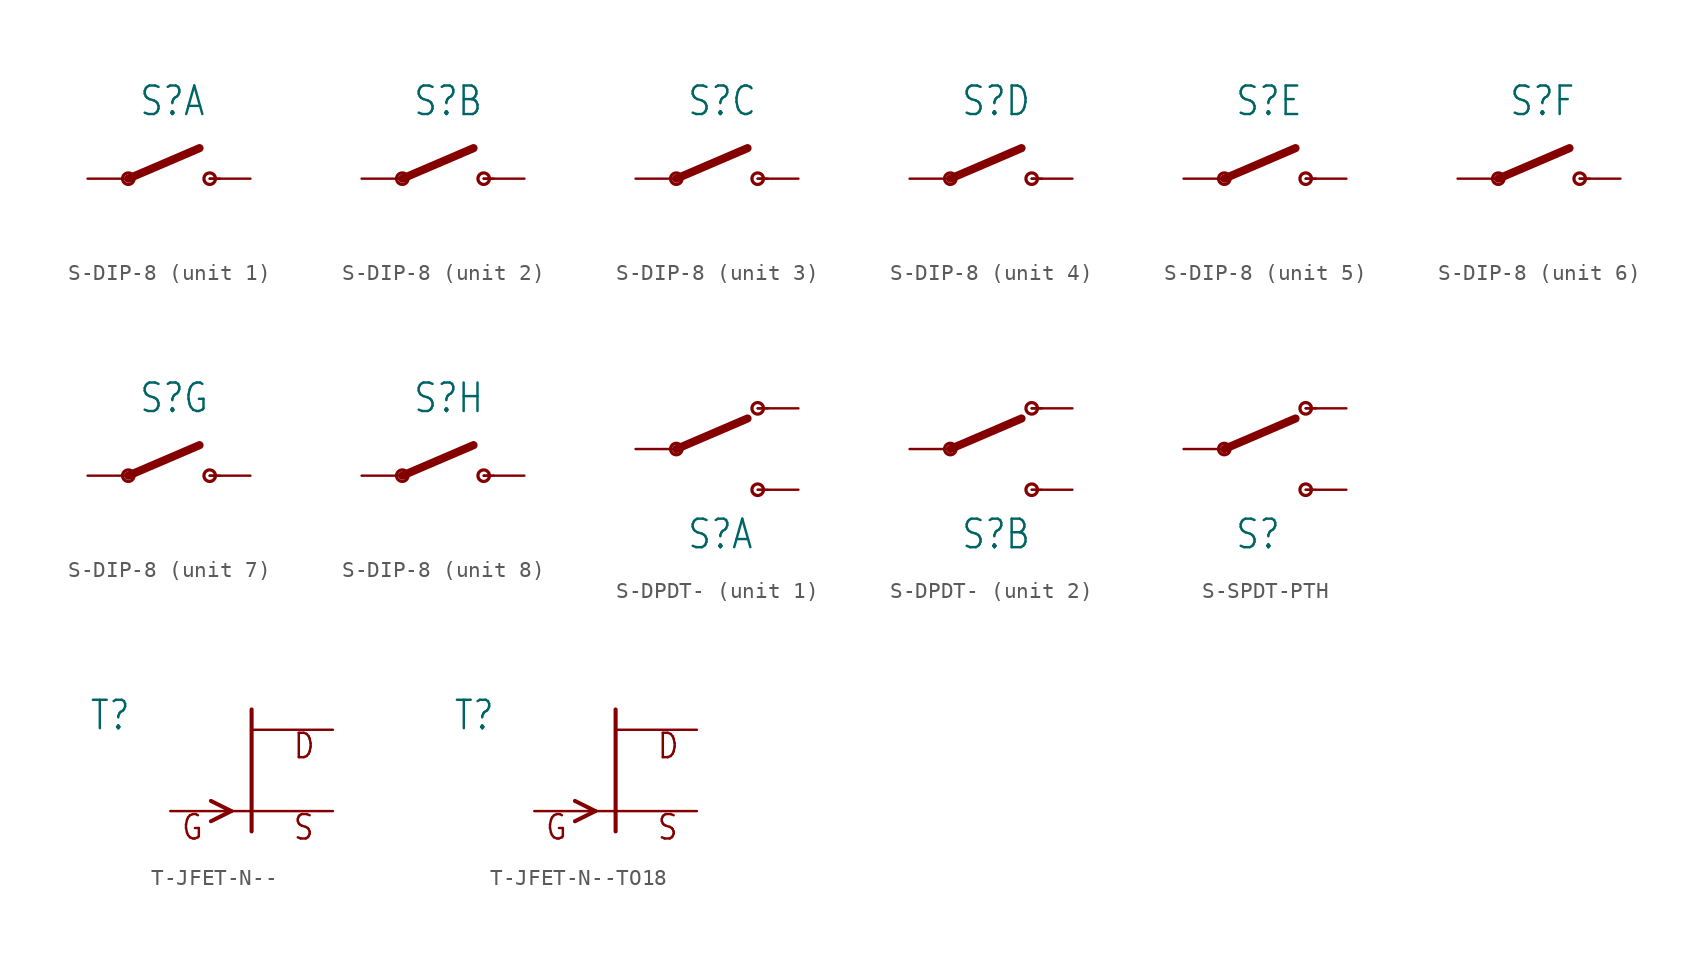
<source format=kicad_sym>
(kicad_symbol_lib
  (version 20231120)
  (generator "kicad_symbol_editor")
  (generator_version "8.0")
  (symbol "S-DIP-8"
    (property "Reference" "S"
      (at -1.905 3.81 0)
      (effects (font (size 1.778 1.511)) (justify left bottom)))
    (property "Value" ""
      (at -2.54 -3.81 0)
      (effects (font (size 1.778 1.511)) (justify left bottom)))
    (property "ki_locked" ""
      (at 0 0 0)
      (effects (font (size 1.27 1.27))))
    (symbol "S-DIP-8_1_0"
      (circle (center -2.54 0) (radius 0.359) (stroke (width 0.203) (type solid)) (fill (type none)))
      (polyline (pts (xy -2.54 0) (xy 1.905 1.905)) (stroke (width 0.508) (type solid)) (fill (type none)))
      (polyline (pts (xy 2.54 0) (xy 3.175 0)) (stroke (width 0.152) (type solid)) (fill (type none)))
      (circle (center 2.54 0) (radius 0.359) (stroke (width 0.203) (type solid)) (fill (type none)))
      (pin passive line (at 5.08 0 180) (length 2.54) (name "O" (effects (font (size 0 0)))) (number "1" (effects (font (size 0 0)))))
      (pin passive line (at -5.08 0 0) (length 2.54) (name "P" (effects (font (size 0 0)))) (number "16" (effects (font (size 0 0))))))
    (symbol "S-DIP-8_2_0"
      (circle (center -2.54 0) (radius 0.359) (stroke (width 0.203) (type solid)) (fill (type none)))
      (polyline (pts (xy -2.54 0) (xy 1.905 1.905)) (stroke (width 0.508) (type solid)) (fill (type none)))
      (polyline (pts (xy 2.54 0) (xy 3.175 0)) (stroke (width 0.152) (type solid)) (fill (type none)))
      (circle (center 2.54 0) (radius 0.359) (stroke (width 0.203) (type solid)) (fill (type none)))
      (pin passive line (at -5.08 0 0) (length 2.54) (name "P" (effects (font (size 0 0)))) (number "15" (effects (font (size 0 0)))))
      (pin passive line (at 5.08 0 180) (length 2.54) (name "O" (effects (font (size 0 0)))) (number "2" (effects (font (size 0 0))))))
    (symbol "S-DIP-8_3_0"
      (circle (center -2.54 0) (radius 0.359) (stroke (width 0.203) (type solid)) (fill (type none)))
      (polyline (pts (xy -2.54 0) (xy 1.905 1.905)) (stroke (width 0.508) (type solid)) (fill (type none)))
      (polyline (pts (xy 2.54 0) (xy 3.175 0)) (stroke (width 0.152) (type solid)) (fill (type none)))
      (circle (center 2.54 0) (radius 0.359) (stroke (width 0.203) (type solid)) (fill (type none)))
      (pin passive line (at -5.08 0 0) (length 2.54) (name "P" (effects (font (size 0 0)))) (number "14" (effects (font (size 0 0)))))
      (pin passive line (at 5.08 0 180) (length 2.54) (name "O" (effects (font (size 0 0)))) (number "3" (effects (font (size 0 0))))))
    (symbol "S-DIP-8_4_0"
      (circle (center -2.54 0) (radius 0.359) (stroke (width 0.203) (type solid)) (fill (type none)))
      (polyline (pts (xy -2.54 0) (xy 1.905 1.905)) (stroke (width 0.508) (type solid)) (fill (type none)))
      (polyline (pts (xy 2.54 0) (xy 3.175 0)) (stroke (width 0.152) (type solid)) (fill (type none)))
      (circle (center 2.54 0) (radius 0.359) (stroke (width 0.203) (type solid)) (fill (type none)))
      (pin passive line (at -5.08 0 0) (length 2.54) (name "P" (effects (font (size 0 0)))) (number "13" (effects (font (size 0 0)))))
      (pin passive line (at 5.08 0 180) (length 2.54) (name "O" (effects (font (size 0 0)))) (number "4" (effects (font (size 0 0))))))
    (symbol "S-DIP-8_5_0"
      (circle (center -2.54 0) (radius 0.359) (stroke (width 0.203) (type solid)) (fill (type none)))
      (polyline (pts (xy -2.54 0) (xy 1.905 1.905)) (stroke (width 0.508) (type solid)) (fill (type none)))
      (polyline (pts (xy 2.54 0) (xy 3.175 0)) (stroke (width 0.152) (type solid)) (fill (type none)))
      (circle (center 2.54 0) (radius 0.359) (stroke (width 0.203) (type solid)) (fill (type none)))
      (pin passive line (at -5.08 0 0) (length 2.54) (name "P" (effects (font (size 0 0)))) (number "12" (effects (font (size 0 0)))))
      (pin passive line (at 5.08 0 180) (length 2.54) (name "O" (effects (font (size 0 0)))) (number "5" (effects (font (size 0 0))))))
    (symbol "S-DIP-8_6_0"
      (circle (center -2.54 0) (radius 0.359) (stroke (width 0.203) (type solid)) (fill (type none)))
      (polyline (pts (xy -2.54 0) (xy 1.905 1.905)) (stroke (width 0.508) (type solid)) (fill (type none)))
      (polyline (pts (xy 2.54 0) (xy 3.175 0)) (stroke (width 0.152) (type solid)) (fill (type none)))
      (circle (center 2.54 0) (radius 0.359) (stroke (width 0.203) (type solid)) (fill (type none)))
      (pin passive line (at -5.08 0 0) (length 2.54) (name "P" (effects (font (size 0 0)))) (number "11" (effects (font (size 0 0)))))
      (pin passive line (at 5.08 0 180) (length 2.54) (name "O" (effects (font (size 0 0)))) (number "6" (effects (font (size 0 0))))))
    (symbol "S-DIP-8_7_0"
      (circle (center -2.54 0) (radius 0.359) (stroke (width 0.203) (type solid)) (fill (type none)))
      (polyline (pts (xy -2.54 0) (xy 1.905 1.905)) (stroke (width 0.508) (type solid)) (fill (type none)))
      (polyline (pts (xy 2.54 0) (xy 3.175 0)) (stroke (width 0.152) (type solid)) (fill (type none)))
      (circle (center 2.54 0) (radius 0.359) (stroke (width 0.203) (type solid)) (fill (type none)))
      (pin passive line (at -5.08 0 0) (length 2.54) (name "P" (effects (font (size 0 0)))) (number "10" (effects (font (size 0 0)))))
      (pin passive line (at 5.08 0 180) (length 2.54) (name "O" (effects (font (size 0 0)))) (number "7" (effects (font (size 0 0))))))
    (symbol "S-DIP-8_8_0"
      (circle (center -2.54 0) (radius 0.359) (stroke (width 0.203) (type solid)) (fill (type none)))
      (polyline (pts (xy -2.54 0) (xy 1.905 1.905)) (stroke (width 0.508) (type solid)) (fill (type none)))
      (polyline (pts (xy 2.54 0) (xy 3.175 0)) (stroke (width 0.152) (type solid)) (fill (type none)))
      (circle (center 2.54 0) (radius 0.359) (stroke (width 0.203) (type solid)) (fill (type none)))
      (pin passive line (at 5.08 0 180) (length 2.54) (name "O" (effects (font (size 0 0)))) (number "8" (effects (font (size 0 0)))))
      (pin passive line (at -5.08 0 0) (length 2.54) (name "P" (effects (font (size 0 0)))) (number "9" (effects (font (size 0 0)))))))
  (symbol "S-DPDT-"
    (property "Reference" "S"
      (at -1.905 -6.35 0)
      (effects (font (size 1.778 1.511)) (justify left bottom)))
    (property "Value" ""
      (at -2.54 3.81 0)
      (effects (font (size 1.778 1.511)) (justify left bottom)))
    (property "ki_locked" ""
      (at 0 0 0)
      (effects (font (size 1.27 1.27))))
    (symbol "S-DPDT-_1_0"
      (circle (center -2.54 0) (radius 0.359) (stroke (width 0.203) (type solid)) (fill (type none)))
      (polyline (pts (xy -2.54 0) (xy 1.905 1.905)) (stroke (width 0.508) (type solid)) (fill (type none)))
      (polyline (pts (xy 2.54 -2.54) (xy 3.175 -2.54)) (stroke (width 0.127) (type solid)) (fill (type none)))
      (polyline (pts (xy 2.54 2.54) (xy 3.175 2.54)) (stroke (width 0.152) (type solid)) (fill (type none)))
      (circle (center 2.54 -2.54) (radius 0.359) (stroke (width 0.203) (type solid)) (fill (type none)))
      (circle (center 2.54 2.54) (radius 0.359) (stroke (width 0.203) (type solid)) (fill (type none)))
      (pin passive line (at 5.08 2.54 180) (length 2.54) (name "O" (effects (font (size 0 0)))) (number "1" (effects (font (size 0 0)))))
      (pin passive line (at -5.08 0 0) (length 2.54) (name "P" (effects (font (size 0 0)))) (number "2" (effects (font (size 0 0)))))
      (pin passive line (at 5.08 -2.54 180) (length 2.54) (name "S" (effects (font (size 0 0)))) (number "3" (effects (font (size 0 0))))))
    (symbol "S-DPDT-_2_0"
      (circle (center -2.54 0) (radius 0.359) (stroke (width 0.203) (type solid)) (fill (type none)))
      (polyline (pts (xy -2.54 0) (xy 1.905 1.905)) (stroke (width 0.508) (type solid)) (fill (type none)))
      (polyline (pts (xy 2.54 -2.54) (xy 3.175 -2.54)) (stroke (width 0.127) (type solid)) (fill (type none)))
      (polyline (pts (xy 2.54 2.54) (xy 3.175 2.54)) (stroke (width 0.152) (type solid)) (fill (type none)))
      (circle (center 2.54 -2.54) (radius 0.359) (stroke (width 0.203) (type solid)) (fill (type none)))
      (circle (center 2.54 2.54) (radius 0.359) (stroke (width 0.203) (type solid)) (fill (type none)))
      (pin passive line (at 5.08 2.54 180) (length 2.54) (name "O" (effects (font (size 0 0)))) (number "4" (effects (font (size 0 0)))))
      (pin passive line (at -5.08 0 0) (length 2.54) (name "P" (effects (font (size 0 0)))) (number "5" (effects (font (size 0 0)))))
      (pin passive line (at 5.08 -2.54 180) (length 2.54) (name "S" (effects (font (size 0 0)))) (number "6" (effects (font (size 0 0)))))))
  (symbol "S-SPDT-PTH"
    (property "Reference" "S"
      (at -1.905 -6.35 0)
      (effects (font (size 1.778 1.511)) (justify left bottom)))
    (property "Value" ""
      (at -2.54 3.81 0)
      (effects (font (size 1.778 1.511)) (justify left bottom)))
    (property "ki_locked" ""
      (at 0 0 0)
      (effects (font (size 1.27 1.27))))
    (symbol "S-SPDT-PTH_1_0"
      (circle (center -2.54 0) (radius 0.359) (stroke (width 0.203) (type solid)) (fill (type none)))
      (polyline (pts (xy -2.54 0) (xy 1.905 1.905)) (stroke (width 0.508) (type solid)) (fill (type none)))
      (polyline (pts (xy 2.54 -2.54) (xy 3.175 -2.54)) (stroke (width 0.127) (type solid)) (fill (type none)))
      (polyline (pts (xy 2.54 2.54) (xy 3.175 2.54)) (stroke (width 0.152) (type solid)) (fill (type none)))
      (circle (center 2.54 -2.54) (radius 0.359) (stroke (width 0.203) (type solid)) (fill (type none)))
      (circle (center 2.54 2.54) (radius 0.359) (stroke (width 0.203) (type solid)) (fill (type none)))
      (pin passive line (at 5.08 2.54 180) (length 2.54) (name "O" (effects (font (size 0 0)))) (number "1" (effects (font (size 0 0)))))
      (pin passive line (at -5.08 0 0) (length 2.54) (name "P" (effects (font (size 0 0)))) (number "2" (effects (font (size 0 0)))))
      (pin passive line (at 5.08 -2.54 180) (length 2.54) (name "S" (effects (font (size 0 0)))) (number "3" (effects (font (size 0 0)))))))
  (symbol "T-JFET-N--"
    (property "Reference" "T"
      (at -10.16 2.413 0)
      (effects (font (size 1.778 1.511)) (justify left bottom)))
    (property "Value" ""
      (at -10.16 0 0)
      (effects (font (size 1.778 1.511)) (justify left bottom)))
    (property "ki_locked" ""
      (at 0 0 0)
      (effects (font (size 1.27 1.27))))
    (symbol "T-JFET-N--_1_0"
      (polyline (pts (xy -2.54 -1.905) (xy -1.27 -2.54)) (stroke (width 0.254) (type solid)) (fill (type none)))
      (polyline (pts (xy -1.27 -2.54) (xy -2.54 -3.175)) (stroke (width 0.254) (type solid)) (fill (type none)))
      (polyline (pts (xy 0 -3.81) (xy 0 3.81)) (stroke (width 0.254) (type solid)) (fill (type none)))
      (text "D" (at 2.54 0.635 0) (effects (font (size 1.524 1.295)) (justify left bottom)))
      (text "G" (at -4.445 -4.445 0) (effects (font (size 1.524 1.295)) (justify left bottom)))
      (text "S" (at 2.54 -4.445 0) (effects (font (size 1.524 1.295)) (justify left bottom)))
      (pin passive line (at 5.08 2.54 180) (length 5.08) (name "D" (effects (font (size 0 0)))) (number "1" (effects (font (size 0 0)))))
      (pin passive line (at 5.08 -2.54 180) (length 5.08) (name "S" (effects (font (size 0 0)))) (number "2" (effects (font (size 0 0)))))
      (pin passive line (at -5.08 -2.54 0) (length 5.08) (name "G" (effects (font (size 0 0)))) (number "3" (effects (font (size 0 0)))))))
  (symbol "T-JFET-N--TO18"
    (property "Reference" "T"
      (at -10.16 2.413 0)
      (effects (font (size 1.778 1.511)) (justify left bottom)))
    (property "Value" ""
      (at -10.16 0 0)
      (effects (font (size 1.778 1.511)) (justify left bottom)))
    (property "ki_locked" ""
      (at 0 0 0)
      (effects (font (size 1.27 1.27))))
    (symbol "T-JFET-N--TO18_1_0"
      (polyline (pts (xy -2.54 -1.905) (xy -1.27 -2.54)) (stroke (width 0.254) (type solid)) (fill (type none)))
      (polyline (pts (xy -1.27 -2.54) (xy -2.54 -3.175)) (stroke (width 0.254) (type solid)) (fill (type none)))
      (polyline (pts (xy 0 -3.81) (xy 0 3.81)) (stroke (width 0.254) (type solid)) (fill (type none)))
      (text "D" (at 2.54 0.635 0) (effects (font (size 1.524 1.295)) (justify left bottom)))
      (text "G" (at -4.445 -4.445 0) (effects (font (size 1.524 1.295)) (justify left bottom)))
      (text "S" (at 2.54 -4.445 0) (effects (font (size 1.524 1.295)) (justify left bottom)))
      (pin passive line (at 5.08 -2.54 180) (length 5.08) (name "S" (effects (font (size 0 0)))) (number "1" (effects (font (size 0 0)))))
      (pin passive line (at 5.08 2.54 180) (length 5.08) (name "D" (effects (font (size 0 0)))) (number "2" (effects (font (size 0 0)))))
      (pin passive line (at -5.08 -2.54 0) (length 5.08) (name "G" (effects (font (size 0 0)))) (number "3" (effects (font (size 0 0))))))))
</source>
